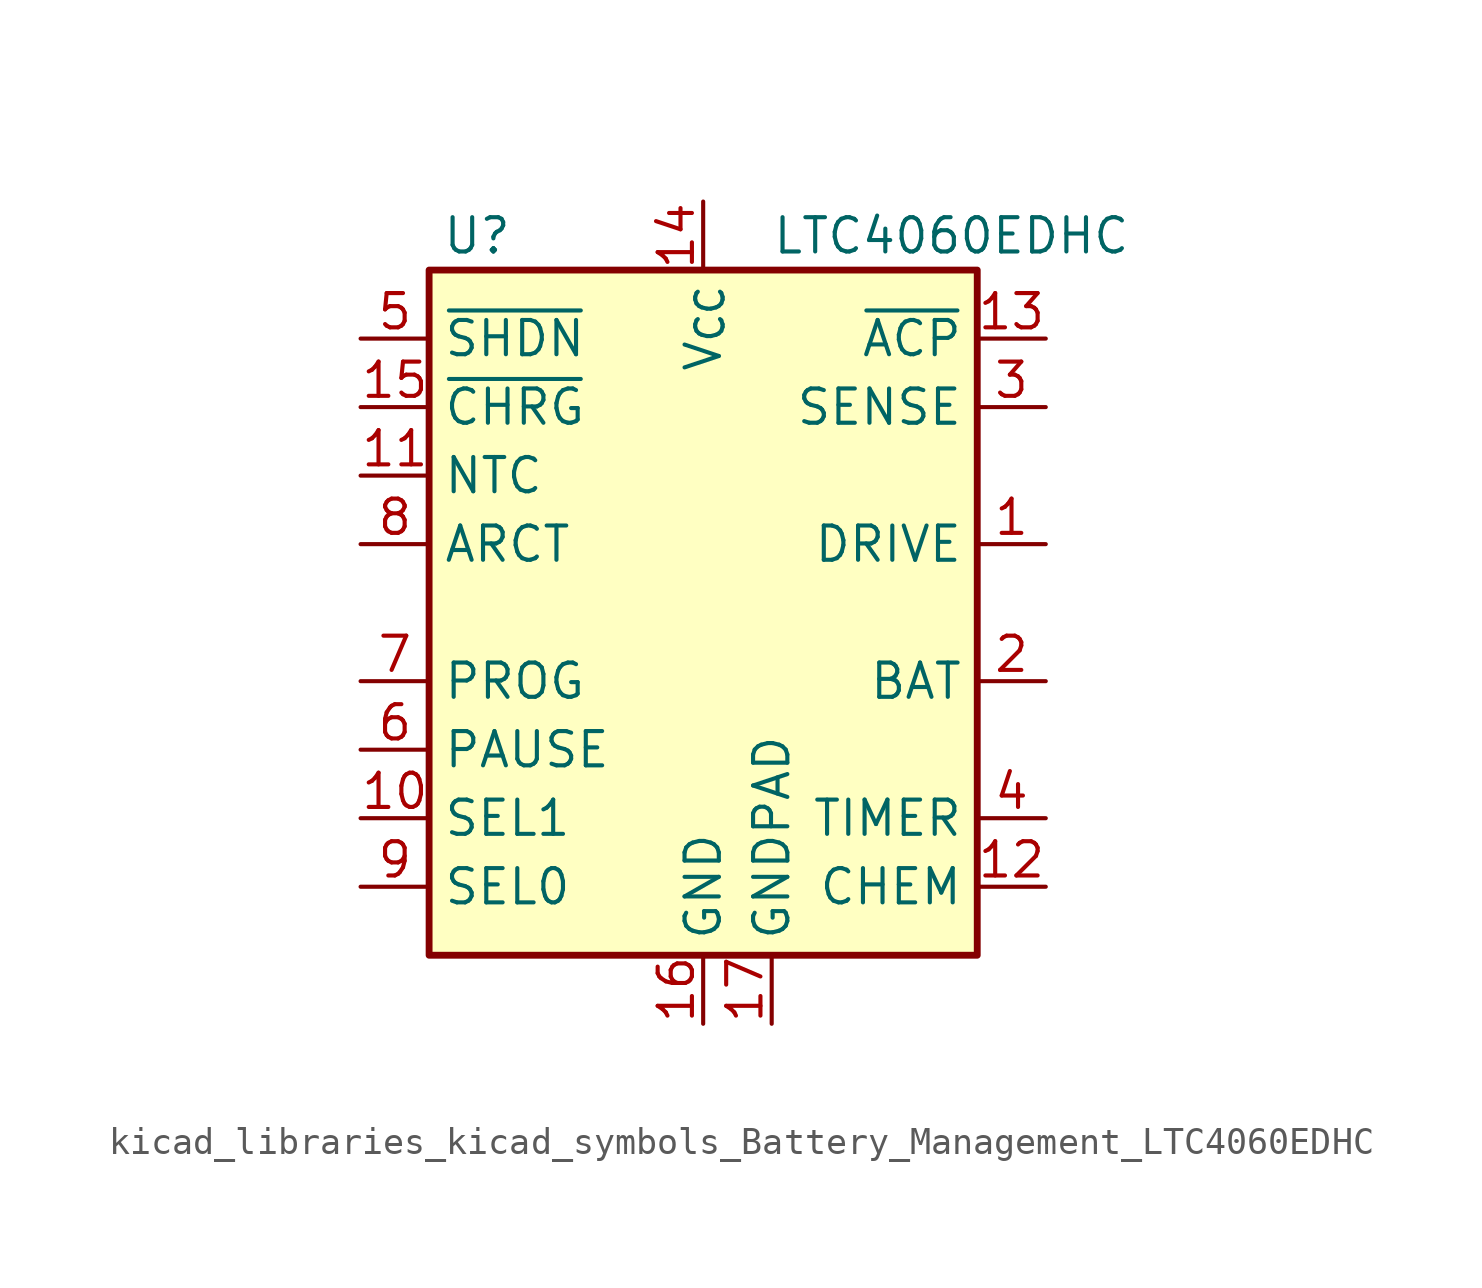
<source format=kicad_sym>
(kicad_symbol_lib
  (version 20220914)
  (generator kicad_symbol_editor)
  (symbol "kicad_libraries_kicad_symbols_Battery_Management_LTC4060EDHC"
    (property "Reference" "U"
      (at -8.382 13.97 0)
      (effects (font (size 1.27 1.27))))
    (property "Value" "LTC4060EDHC"
      (at 2.54 13.97 0)
      (effects (font (size 1.27 1.27)) (justify left)))
    (symbol "kicad_libraries_kicad_symbols_Battery_Management_LTC4060EDHC_0_1"
      (rectangle (start -10.16 12.7) (end 10.16 -12.7) (stroke (width 0.254) (type default)) (fill (type background))))
    (symbol "kicad_libraries_kicad_symbols_Battery_Management_LTC4060EDHC_1_1"
      (pin output line (at 12.7 2.54 180) (length 2.54) (name "DRIVE" (effects (font (size 1.27 1.27)))) (number "1" (effects (font (size 1.27 1.27)))))
      (pin input line (at -12.7 -7.62 0) (length 2.54) (name "SEL1" (effects (font (size 1.27 1.27)))) (number "10" (effects (font (size 1.27 1.27)))))
      (pin input line (at -12.7 5.08 0) (length 2.54) (name "NTC" (effects (font (size 1.27 1.27)))) (number "11" (effects (font (size 1.27 1.27)))))
      (pin input line (at 12.7 -10.16 180) (length 2.54) (name "CHEM" (effects (font (size 1.27 1.27)))) (number "12" (effects (font (size 1.27 1.27)))))
      (pin open_collector line (at 12.7 10.16 180) (length 2.54) (name "~{ACP}" (effects (font (size 1.27 1.27)))) (number "13" (effects (font (size 1.27 1.27)))))
      (pin power_in line (at 0 15.24 270) (length 2.54) (name "V_{CC}" (effects (font (size 1.27 1.27)))) (number "14" (effects (font (size 1.27 1.27)))))
      (pin open_collector line (at -12.7 7.62 0) (length 2.54) (name "~{CHRG}" (effects (font (size 1.27 1.27)))) (number "15" (effects (font (size 1.27 1.27)))))
      (pin power_in line (at 0 -15.24 90) (length 2.54) (name "GND" (effects (font (size 1.27 1.27)))) (number "16" (effects (font (size 1.27 1.27)))))
      (pin power_in line (at 2.54 -15.24 90) (length 2.54) (name "GNDPAD" (effects (font (size 1.27 1.27)))) (number "17" (effects (font (size 1.27 1.27)))))
      (pin input line (at 12.7 -2.54 180) (length 2.54) (name "BAT" (effects (font (size 1.27 1.27)))) (number "2" (effects (font (size 1.27 1.27)))))
      (pin input line (at 12.7 7.62 180) (length 2.54) (name "SENSE" (effects (font (size 1.27 1.27)))) (number "3" (effects (font (size 1.27 1.27)))))
      (pin input line (at 12.7 -7.62 180) (length 2.54) (name "TIMER" (effects (font (size 1.27 1.27)))) (number "4" (effects (font (size 1.27 1.27)))))
      (pin input line (at -12.7 10.16 0) (length 2.54) (name "~{SHDN}" (effects (font (size 1.27 1.27)))) (number "5" (effects (font (size 1.27 1.27)))))
      (pin input line (at -12.7 -5.08 0) (length 2.54) (name "PAUSE" (effects (font (size 1.27 1.27)))) (number "6" (effects (font (size 1.27 1.27)))))
      (pin input line (at -12.7 -2.54 0) (length 2.54) (name "PROG" (effects (font (size 1.27 1.27)))) (number "7" (effects (font (size 1.27 1.27)))))
      (pin input line (at -12.7 2.54 0) (length 2.54) (name "ARCT" (effects (font (size 1.27 1.27)))) (number "8" (effects (font (size 1.27 1.27)))))
      (pin input line (at -12.7 -10.16 0) (length 2.54) (name "SEL0" (effects (font (size 1.27 1.27)))) (number "9" (effects (font (size 1.27 1.27))))))))
</source>
